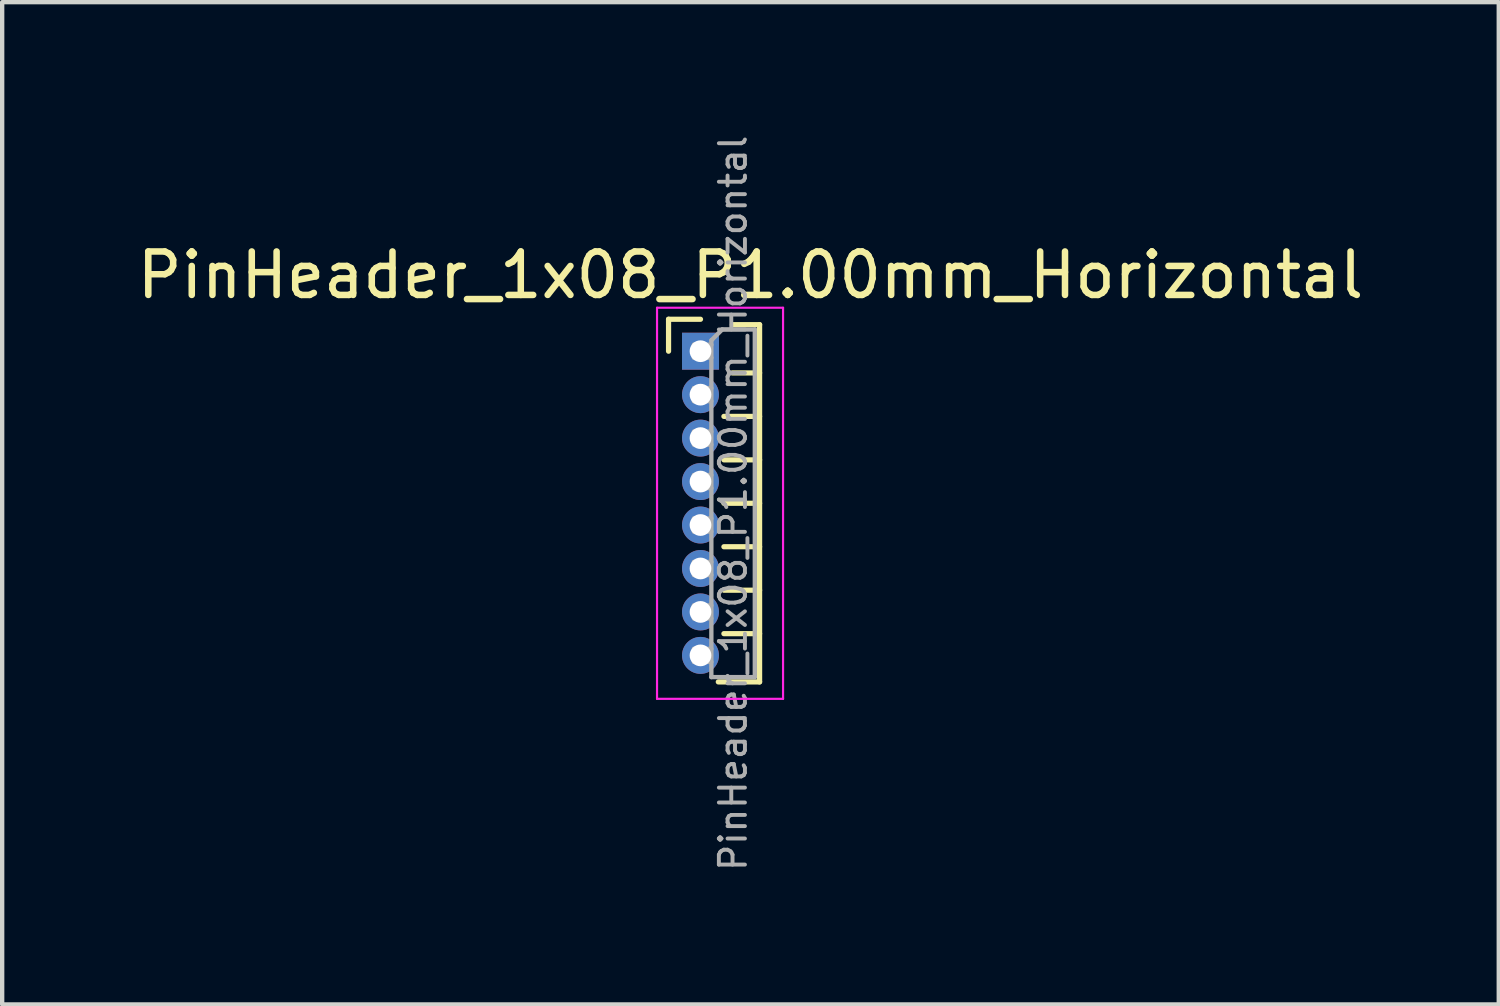
<source format=kicad_pcb>
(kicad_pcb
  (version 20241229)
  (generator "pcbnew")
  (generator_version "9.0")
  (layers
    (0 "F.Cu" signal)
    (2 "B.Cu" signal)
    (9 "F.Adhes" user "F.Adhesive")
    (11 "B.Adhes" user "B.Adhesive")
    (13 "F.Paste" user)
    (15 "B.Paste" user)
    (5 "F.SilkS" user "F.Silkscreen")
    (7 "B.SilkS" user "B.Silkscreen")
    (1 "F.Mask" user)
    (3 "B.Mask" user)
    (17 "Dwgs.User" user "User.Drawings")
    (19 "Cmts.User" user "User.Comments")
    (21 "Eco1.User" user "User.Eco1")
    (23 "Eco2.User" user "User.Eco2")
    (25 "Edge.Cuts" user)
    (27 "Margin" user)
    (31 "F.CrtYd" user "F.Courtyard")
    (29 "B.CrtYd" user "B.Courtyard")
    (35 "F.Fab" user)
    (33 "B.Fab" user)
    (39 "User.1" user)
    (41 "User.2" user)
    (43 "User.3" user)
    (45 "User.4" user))
  (footprint "PinHeader_1x08_P1.00mm_Horizontal"
    (layer "F.Cu")
    (at 13.07 5.032)
    (property "Reference" "PinHeader_1x08_P1.00mm_Horizontal" (at 1.15 -1.75 0) (layer "F.SilkS") (effects (font (size 1 1) (thickness 0.15))))
    (attr through_hole)
    (fp_line (start -0.735 -0.735) (end 0 -0.735) (stroke (width 0.12) (type solid)) (layer "F.SilkS"))
    (fp_line (start -0.735 0) (end -0.735 -0.735) (stroke (width 0.12) (type solid)) (layer "F.SilkS"))
    (fp_line (start 0.539 1.5) (end 1.36 1.5) (stroke (width 0.12) (type solid)) (layer "F.SilkS"))
    (fp_line (start 0.539 2.5) (end 1.36 2.5) (stroke (width 0.12) (type solid)) (layer "F.SilkS"))
    (fp_line (start 0.539 3.5) (end 1.36 3.5) (stroke (width 0.12) (type solid)) (layer "F.SilkS"))
    (fp_line (start 0.539 4.5) (end 1.36 4.5) (stroke (width 0.12) (type solid)) (layer "F.SilkS"))
    (fp_line (start 0.539 5.5) (end 1.36 5.5) (stroke (width 0.12) (type solid)) (layer "F.SilkS"))
    (fp_line (start 0.539 6.5) (end 1.36 6.5) (stroke (width 0.12) (type solid)) (layer "F.SilkS"))
    (fp_line (start 0.735 -0.61) (end 1.36 -0.61) (stroke (width 0.12) (type solid)) (layer "F.SilkS"))
    (fp_line (start 0.735 0.5) (end 1.36 0.5) (stroke (width 0.12) (type solid)) (layer "F.SilkS"))
    (fp_line (start 1.36 -0.61) (end 1.36 7.61) (stroke (width 0.12) (type solid)) (layer "F.SilkS"))
    (fp_line (start 1.36 7.61) (end 0.41 7.61) (stroke (width 0.12) (type solid)) (layer "F.SilkS"))
    (fp_line (start -1 -1) (end -1 8) (stroke (width 0.05) (type solid)) (layer "F.CrtYd"))
    (fp_line (start -1 8) (end 1.9 8) (stroke (width 0.05) (type solid)) (layer "F.CrtYd"))
    (fp_line (start 1.9 -1) (end -1 -1) (stroke (width 0.05) (type solid)) (layer "F.CrtYd"))
    (fp_line (start 1.9 8) (end 1.9 -1) (stroke (width 0.05) (type solid)) (layer "F.CrtYd"))
    (fp_line (start -0.15 -0.15) (end -0.15 0.15) (stroke (width 0.1) (type solid)) (layer "F.Fab"))
    (fp_line (start -0.15 -0.15) (end 0.25 -0.15) (stroke (width 0.1) (type solid)) (layer "F.Fab"))
    (fp_line (start -0.15 0.15) (end 0.25 0.15) (stroke (width 0.1) (type solid)) (layer "F.Fab"))
    (fp_line (start -0.15 0.85) (end -0.15 1.15) (stroke (width 0.1) (type solid)) (layer "F.Fab"))
    (fp_line (start -0.15 0.85) (end 0.25 0.85) (stroke (width 0.1) (type solid)) (layer "F.Fab"))
    (fp_line (start -0.15 1.15) (end 0.25 1.15) (stroke (width 0.1) (type solid)) (layer "F.Fab"))
    (fp_line (start -0.15 1.85) (end -0.15 2.15) (stroke (width 0.1) (type solid)) (layer "F.Fab"))
    (fp_line (start -0.15 1.85) (end 0.25 1.85) (stroke (width 0.1) (type solid)) (layer "F.Fab"))
    (fp_line (start -0.15 2.15) (end 0.25 2.15) (stroke (width 0.1) (type solid)) (layer "F.Fab"))
    (fp_line (start -0.15 2.85) (end -0.15 3.15) (stroke (width 0.1) (type solid)) (layer "F.Fab"))
    (fp_line (start -0.15 2.85) (end 0.25 2.85) (stroke (width 0.1) (type solid)) (layer "F.Fab"))
    (fp_line (start -0.15 3.15) (end 0.25 3.15) (stroke (width 0.1) (type solid)) (layer "F.Fab"))
    (fp_line (start -0.15 3.85) (end -0.15 4.15) (stroke (width 0.1) (type solid)) (layer "F.Fab"))
    (fp_line (start -0.15 3.85) (end 0.25 3.85) (stroke (width 0.1) (type solid)) (layer "F.Fab"))
    (fp_line (start -0.15 4.15) (end 0.25 4.15) (stroke (width 0.1) (type solid)) (layer "F.Fab"))
    (fp_line (start -0.15 4.85) (end -0.15 5.15) (stroke (width 0.1) (type solid)) (layer "F.Fab"))
    (fp_line (start -0.15 4.85) (end 0.25 4.85) (stroke (width 0.1) (type solid)) (layer "F.Fab"))
    (fp_line (start -0.15 5.15) (end 0.25 5.15) (stroke (width 0.1) (type solid)) (layer "F.Fab"))
    (fp_line (start -0.15 5.85) (end -0.15 6.15) (stroke (width 0.1) (type solid)) (layer "F.Fab"))
    (fp_line (start -0.15 5.85) (end 0.25 5.85) (stroke (width 0.1) (type solid)) (layer "F.Fab"))
    (fp_line (start -0.15 6.15) (end 0.25 6.15) (stroke (width 0.1) (type solid)) (layer "F.Fab"))
    (fp_line (start -0.15 6.85) (end -0.15 7.15) (stroke (width 0.1) (type solid)) (layer "F.Fab"))
    (fp_line (start -0.15 6.85) (end 0.25 6.85) (stroke (width 0.1) (type solid)) (layer "F.Fab"))
    (fp_line (start -0.15 7.15) (end 0.25 7.15) (stroke (width 0.1) (type solid)) (layer "F.Fab"))
    (fp_line (start 0.25 -0.25) (end 0.5 -0.5) (stroke (width 0.1) (type solid)) (layer "F.Fab"))
    (fp_line (start 0.25 7.5) (end 0.25 -0.25) (stroke (width 0.1) (type solid)) (layer "F.Fab"))
    (fp_line (start 0.5 -0.5) (end 1.25 -0.5) (stroke (width 0.1) (type solid)) (layer "F.Fab"))
    (fp_line (start 1.25 -0.5) (end 1.25 7.5) (stroke (width 0.1) (type solid)) (layer "F.Fab"))
    (fp_line (start 1.25 7.5) (end 0.25 7.5) (stroke (width 0.1) (type solid)) (layer "F.Fab"))
    (fp_text user "${REFERENCE}" (at 0.75 3.5 90) (layer "F.Fab") (effects (font (size 0.6 0.6) (thickness 0.09))))
    (pad "1" thru_hole rect (at 0 0) (size 0.85 0.85) (drill 0.5) (layers "*.Cu" "*.Mask"))
    (pad "2" thru_hole circle (at 0 1) (size 0.85 0.85) (drill 0.5) (layers "*.Cu" "*.Mask"))
    (pad "3" thru_hole circle (at 0 2) (size 0.85 0.85) (drill 0.5) (layers "*.Cu" "*.Mask"))
    (pad "4" thru_hole circle (at 0 3) (size 0.85 0.85) (drill 0.5) (layers "*.Cu" "*.Mask"))
    (pad "5" thru_hole circle (at 0 4) (size 0.85 0.85) (drill 0.5) (layers "*.Cu" "*.Mask"))
    (pad "6" thru_hole circle (at 0 5) (size 0.85 0.85) (drill 0.5) (layers "*.Cu" "*.Mask"))
    (pad "7" thru_hole circle (at 0 6) (size 0.85 0.85) (drill 0.5) (layers "*.Cu" "*.Mask"))
    (pad "8" thru_hole circle (at 0 7) (size 0.85 0.85) (drill 0.5) (layers "*.Cu" "*.Mask")))
  (gr_rect
    (start -3 -3)
    (end 31.44 20.064)
    (stroke (width 0.1) (type default))
    (fill no)
    (layer "Edge.Cuts")))
</source>
